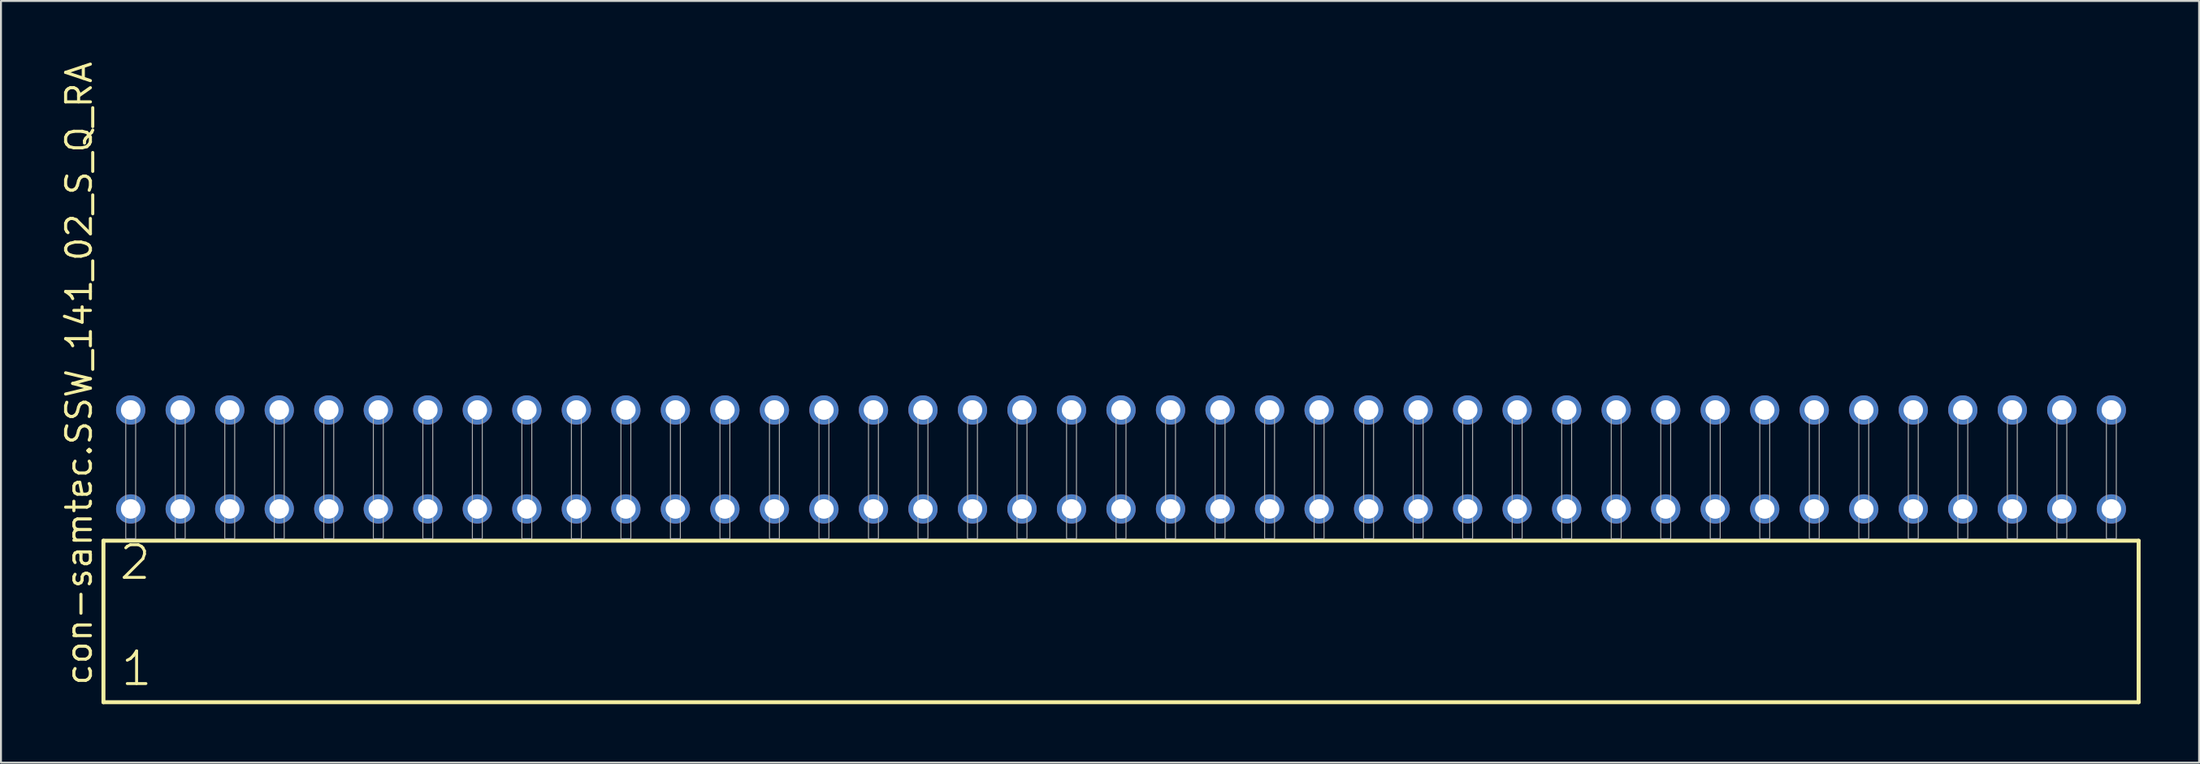
<source format=kicad_pcb>
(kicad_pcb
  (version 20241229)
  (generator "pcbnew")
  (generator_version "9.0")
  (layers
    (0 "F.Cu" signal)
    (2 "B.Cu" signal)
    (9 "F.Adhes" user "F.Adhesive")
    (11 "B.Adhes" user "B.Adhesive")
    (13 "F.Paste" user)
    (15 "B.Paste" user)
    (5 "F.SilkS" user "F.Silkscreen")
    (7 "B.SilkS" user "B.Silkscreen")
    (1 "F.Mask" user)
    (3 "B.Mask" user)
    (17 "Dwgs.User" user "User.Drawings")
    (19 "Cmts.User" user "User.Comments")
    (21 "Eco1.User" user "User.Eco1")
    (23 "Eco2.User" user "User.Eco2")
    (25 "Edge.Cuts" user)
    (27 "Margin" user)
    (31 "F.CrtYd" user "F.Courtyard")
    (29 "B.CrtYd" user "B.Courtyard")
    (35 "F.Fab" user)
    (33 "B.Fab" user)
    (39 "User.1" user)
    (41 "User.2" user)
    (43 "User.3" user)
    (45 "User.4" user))
  (footprint "con-samtec.SSW_141_02_S_Q_RA"
    (layer "F.Cu")
    (at 54.455 24.598)
    (property "Reference" "con-samtec.SSW_141_02_S_Q_RA" (at -52.705 7.62 90) (layer "F.SilkS") (effects (font (size 1.27 1.27) (thickness 0.16)) (justify left bottom)))
    (attr through_hole)
    (fp_line (start -52.199 0.106) (end -52.199 8.396) (stroke (width 0.203) (type default)) (layer "F.SilkS"))
    (fp_line (start -52.199 8.396) (end 52.199 8.396) (stroke (width 0.203) (type default)) (layer "F.SilkS"))
    (fp_line (start 52.199 0.106) (end -52.199 0.106) (stroke (width 0.203) (type default)) (layer "F.SilkS"))
    (fp_line (start 52.199 8.396) (end 52.199 0.106) (stroke (width 0.203) (type default)) (layer "F.SilkS"))
    (fp_rect (start -51.054 0) (end -50.546 -6.858) (stroke (width 0.05) (type default)) (fill no) (layer "F.Fab"))
    (fp_rect (start -48.514 0) (end -48.006 -6.858) (stroke (width 0.05) (type default)) (fill no) (layer "F.Fab"))
    (fp_rect (start -45.974 0) (end -45.466 -6.858) (stroke (width 0.05) (type default)) (fill no) (layer "F.Fab"))
    (fp_rect (start -43.434 0) (end -42.926 -6.858) (stroke (width 0.05) (type default)) (fill no) (layer "F.Fab"))
    (fp_rect (start -40.894 0) (end -40.386 -6.858) (stroke (width 0.05) (type default)) (fill no) (layer "F.Fab"))
    (fp_rect (start -38.354 0) (end -37.846 -6.858) (stroke (width 0.05) (type default)) (fill no) (layer "F.Fab"))
    (fp_rect (start -35.814 0) (end -35.306 -6.858) (stroke (width 0.05) (type default)) (fill no) (layer "F.Fab"))
    (fp_rect (start -33.274 0) (end -32.766 -6.858) (stroke (width 0.05) (type default)) (fill no) (layer "F.Fab"))
    (fp_rect (start -30.734 0) (end -30.226 -6.858) (stroke (width 0.05) (type default)) (fill no) (layer "F.Fab"))
    (fp_rect (start -28.194 0) (end -27.686 -6.858) (stroke (width 0.05) (type default)) (fill no) (layer "F.Fab"))
    (fp_rect (start -25.654 0) (end -25.146 -6.858) (stroke (width 0.05) (type default)) (fill no) (layer "F.Fab"))
    (fp_rect (start -23.114 0) (end -22.606 -6.858) (stroke (width 0.05) (type default)) (fill no) (layer "F.Fab"))
    (fp_rect (start -20.574 0) (end -20.066 -6.858) (stroke (width 0.05) (type default)) (fill no) (layer "F.Fab"))
    (fp_rect (start -18.034 0) (end -17.526 -6.858) (stroke (width 0.05) (type default)) (fill no) (layer "F.Fab"))
    (fp_rect (start -15.494 0) (end -14.986 -6.858) (stroke (width 0.05) (type default)) (fill no) (layer "F.Fab"))
    (fp_rect (start -12.954 0) (end -12.446 -6.858) (stroke (width 0.05) (type default)) (fill no) (layer "F.Fab"))
    (fp_rect (start -10.414 0) (end -9.906 -6.858) (stroke (width 0.05) (type default)) (fill no) (layer "F.Fab"))
    (fp_rect (start -7.874 0) (end -7.366 -6.858) (stroke (width 0.05) (type default)) (fill no) (layer "F.Fab"))
    (fp_rect (start -5.334 0) (end -4.826 -6.858) (stroke (width 0.05) (type default)) (fill no) (layer "F.Fab"))
    (fp_rect (start -2.794 0) (end -2.286 -6.858) (stroke (width 0.05) (type default)) (fill no) (layer "F.Fab"))
    (fp_rect (start -0.254 0) (end 0.254 -6.858) (stroke (width 0.05) (type default)) (fill no) (layer "F.Fab"))
    (fp_rect (start 2.286 0) (end 2.794 -6.858) (stroke (width 0.05) (type default)) (fill no) (layer "F.Fab"))
    (fp_rect (start 4.826 0) (end 5.334 -6.858) (stroke (width 0.05) (type default)) (fill no) (layer "F.Fab"))
    (fp_rect (start 7.366 0) (end 7.874 -6.858) (stroke (width 0.05) (type default)) (fill no) (layer "F.Fab"))
    (fp_rect (start 9.906 0) (end 10.414 -6.858) (stroke (width 0.05) (type default)) (fill no) (layer "F.Fab"))
    (fp_rect (start 12.446 0) (end 12.954 -6.858) (stroke (width 0.05) (type default)) (fill no) (layer "F.Fab"))
    (fp_rect (start 14.986 0) (end 15.494 -6.858) (stroke (width 0.05) (type default)) (fill no) (layer "F.Fab"))
    (fp_rect (start 17.526 0) (end 18.034 -6.858) (stroke (width 0.05) (type default)) (fill no) (layer "F.Fab"))
    (fp_rect (start 20.066 0) (end 20.574 -6.858) (stroke (width 0.05) (type default)) (fill no) (layer "F.Fab"))
    (fp_rect (start 22.606 0) (end 23.114 -6.858) (stroke (width 0.05) (type default)) (fill no) (layer "F.Fab"))
    (fp_rect (start 25.146 0) (end 25.654 -6.858) (stroke (width 0.05) (type default)) (fill no) (layer "F.Fab"))
    (fp_rect (start 27.686 0) (end 28.194 -6.858) (stroke (width 0.05) (type default)) (fill no) (layer "F.Fab"))
    (fp_rect (start 30.226 0) (end 30.734 -6.858) (stroke (width 0.05) (type default)) (fill no) (layer "F.Fab"))
    (fp_rect (start 32.766 0) (end 33.274 -6.858) (stroke (width 0.05) (type default)) (fill no) (layer "F.Fab"))
    (fp_rect (start 35.306 0) (end 35.814 -6.858) (stroke (width 0.05) (type default)) (fill no) (layer "F.Fab"))
    (fp_rect (start 37.846 0) (end 38.354 -6.858) (stroke (width 0.05) (type default)) (fill no) (layer "F.Fab"))
    (fp_rect (start 40.386 0) (end 40.894 -6.858) (stroke (width 0.05) (type default)) (fill no) (layer "F.Fab"))
    (fp_rect (start 42.926 0) (end 43.434 -6.858) (stroke (width 0.05) (type default)) (fill no) (layer "F.Fab"))
    (fp_rect (start 45.466 0) (end 45.974 -6.858) (stroke (width 0.05) (type default)) (fill no) (layer "F.Fab"))
    (fp_rect (start 48.006 0) (end 48.514 -6.858) (stroke (width 0.05) (type default)) (fill no) (layer "F.Fab"))
    (fp_rect (start 50.546 0) (end 51.054 -6.858) (stroke (width 0.05) (type default)) (fill no) (layer "F.Fab"))
    (fp_text user "2" (at -51.47 2.2 0) (layer "F.SilkS") (effects (font (size 1.676 1.676) (thickness 0.15)) (justify left bottom)))
    (fp_text user "1" (at -51.395 7.65 0) (layer "F.SilkS") (effects (font (size 1.676 1.676) (thickness 0.15)) (justify left bottom)))
    (pad "1" thru_hole circle (at -50.8 -1.524) (size 1.5 1.5) (drill 1) (layers "*.Cu" "*.Mask"))
    (pad "2" thru_hole circle (at -50.8 -6.604) (size 1.5 1.5) (drill 1) (layers "*.Cu" "*.Mask"))
    (pad "3" thru_hole circle (at -48.26 -1.524) (size 1.5 1.5) (drill 1) (layers "*.Cu" "*.Mask"))
    (pad "4" thru_hole circle (at -48.26 -6.604) (size 1.5 1.5) (drill 1) (layers "*.Cu" "*.Mask"))
    (pad "5" thru_hole circle (at -45.72 -1.524) (size 1.5 1.5) (drill 1) (layers "*.Cu" "*.Mask"))
    (pad "6" thru_hole circle (at -45.72 -6.604) (size 1.5 1.5) (drill 1) (layers "*.Cu" "*.Mask"))
    (pad "7" thru_hole circle (at -43.18 -1.524) (size 1.5 1.5) (drill 1) (layers "*.Cu" "*.Mask"))
    (pad "8" thru_hole circle (at -43.18 -6.604) (size 1.5 1.5) (drill 1) (layers "*.Cu" "*.Mask"))
    (pad "9" thru_hole circle (at -40.64 -1.524) (size 1.5 1.5) (drill 1) (layers "*.Cu" "*.Mask"))
    (pad "10" thru_hole circle (at -40.64 -6.604) (size 1.5 1.5) (drill 1) (layers "*.Cu" "*.Mask"))
    (pad "11" thru_hole circle (at -38.1 -1.524) (size 1.5 1.5) (drill 1) (layers "*.Cu" "*.Mask"))
    (pad "12" thru_hole circle (at -38.1 -6.604) (size 1.5 1.5) (drill 1) (layers "*.Cu" "*.Mask"))
    (pad "13" thru_hole circle (at -35.56 -1.524) (size 1.5 1.5) (drill 1) (layers "*.Cu" "*.Mask"))
    (pad "14" thru_hole circle (at -35.56 -6.604) (size 1.5 1.5) (drill 1) (layers "*.Cu" "*.Mask"))
    (pad "15" thru_hole circle (at -33.02 -1.524) (size 1.5 1.5) (drill 1) (layers "*.Cu" "*.Mask"))
    (pad "16" thru_hole circle (at -33.02 -6.604) (size 1.5 1.5) (drill 1) (layers "*.Cu" "*.Mask"))
    (pad "17" thru_hole circle (at -30.48 -1.524) (size 1.5 1.5) (drill 1) (layers "*.Cu" "*.Mask"))
    (pad "18" thru_hole circle (at -30.48 -6.604) (size 1.5 1.5) (drill 1) (layers "*.Cu" "*.Mask"))
    (pad "19" thru_hole circle (at -27.94 -1.524) (size 1.5 1.5) (drill 1) (layers "*.Cu" "*.Mask"))
    (pad "20" thru_hole circle (at -27.94 -6.604) (size 1.5 1.5) (drill 1) (layers "*.Cu" "*.Mask"))
    (pad "21" thru_hole circle (at -25.4 -1.524) (size 1.5 1.5) (drill 1) (layers "*.Cu" "*.Mask"))
    (pad "22" thru_hole circle (at -25.4 -6.604) (size 1.5 1.5) (drill 1) (layers "*.Cu" "*.Mask"))
    (pad "23" thru_hole circle (at -22.86 -1.524) (size 1.5 1.5) (drill 1) (layers "*.Cu" "*.Mask"))
    (pad "24" thru_hole circle (at -22.86 -6.604) (size 1.5 1.5) (drill 1) (layers "*.Cu" "*.Mask"))
    (pad "25" thru_hole circle (at -20.32 -1.524) (size 1.5 1.5) (drill 1) (layers "*.Cu" "*.Mask"))
    (pad "26" thru_hole circle (at -20.32 -6.604) (size 1.5 1.5) (drill 1) (layers "*.Cu" "*.Mask"))
    (pad "27" thru_hole circle (at -17.78 -1.524) (size 1.5 1.5) (drill 1) (layers "*.Cu" "*.Mask"))
    (pad "28" thru_hole circle (at -17.78 -6.604) (size 1.5 1.5) (drill 1) (layers "*.Cu" "*.Mask"))
    (pad "29" thru_hole circle (at -15.24 -1.524) (size 1.5 1.5) (drill 1) (layers "*.Cu" "*.Mask"))
    (pad "30" thru_hole circle (at -15.24 -6.604) (size 1.5 1.5) (drill 1) (layers "*.Cu" "*.Mask"))
    (pad "31" thru_hole circle (at -12.7 -1.524) (size 1.5 1.5) (drill 1) (layers "*.Cu" "*.Mask"))
    (pad "32" thru_hole circle (at -12.7 -6.604) (size 1.5 1.5) (drill 1) (layers "*.Cu" "*.Mask"))
    (pad "33" thru_hole circle (at -10.16 -1.524) (size 1.5 1.5) (drill 1) (layers "*.Cu" "*.Mask"))
    (pad "34" thru_hole circle (at -10.16 -6.604) (size 1.5 1.5) (drill 1) (layers "*.Cu" "*.Mask"))
    (pad "35" thru_hole circle (at -7.62 -1.524) (size 1.5 1.5) (drill 1) (layers "*.Cu" "*.Mask"))
    (pad "36" thru_hole circle (at -7.62 -6.604) (size 1.5 1.5) (drill 1) (layers "*.Cu" "*.Mask"))
    (pad "37" thru_hole circle (at -5.08 -1.524) (size 1.5 1.5) (drill 1) (layers "*.Cu" "*.Mask"))
    (pad "38" thru_hole circle (at -5.08 -6.604) (size 1.5 1.5) (drill 1) (layers "*.Cu" "*.Mask"))
    (pad "39" thru_hole circle (at -2.54 -1.524) (size 1.5 1.5) (drill 1) (layers "*.Cu" "*.Mask"))
    (pad "40" thru_hole circle (at -2.54 -6.604) (size 1.5 1.5) (drill 1) (layers "*.Cu" "*.Mask"))
    (pad "41" thru_hole circle (at 0 -1.524) (size 1.5 1.5) (drill 1) (layers "*.Cu" "*.Mask"))
    (pad "42" thru_hole circle (at 0 -6.604) (size 1.5 1.5) (drill 1) (layers "*.Cu" "*.Mask"))
    (pad "43" thru_hole circle (at 2.54 -1.524) (size 1.5 1.5) (drill 1) (layers "*.Cu" "*.Mask"))
    (pad "44" thru_hole circle (at 2.54 -6.604) (size 1.5 1.5) (drill 1) (layers "*.Cu" "*.Mask"))
    (pad "45" thru_hole circle (at 5.08 -1.524) (size 1.5 1.5) (drill 1) (layers "*.Cu" "*.Mask"))
    (pad "46" thru_hole circle (at 5.08 -6.604) (size 1.5 1.5) (drill 1) (layers "*.Cu" "*.Mask"))
    (pad "47" thru_hole circle (at 7.62 -1.524) (size 1.5 1.5) (drill 1) (layers "*.Cu" "*.Mask"))
    (pad "48" thru_hole circle (at 7.62 -6.604) (size 1.5 1.5) (drill 1) (layers "*.Cu" "*.Mask"))
    (pad "49" thru_hole circle (at 10.16 -1.524) (size 1.5 1.5) (drill 1) (layers "*.Cu" "*.Mask"))
    (pad "50" thru_hole circle (at 10.16 -6.604) (size 1.5 1.5) (drill 1) (layers "*.Cu" "*.Mask"))
    (pad "51" thru_hole circle (at 12.7 -1.524) (size 1.5 1.5) (drill 1) (layers "*.Cu" "*.Mask"))
    (pad "52" thru_hole circle (at 12.7 -6.604) (size 1.5 1.5) (drill 1) (layers "*.Cu" "*.Mask"))
    (pad "53" thru_hole circle (at 15.24 -1.524) (size 1.5 1.5) (drill 1) (layers "*.Cu" "*.Mask"))
    (pad "54" thru_hole circle (at 15.24 -6.604) (size 1.5 1.5) (drill 1) (layers "*.Cu" "*.Mask"))
    (pad "55" thru_hole circle (at 17.78 -1.524) (size 1.5 1.5) (drill 1) (layers "*.Cu" "*.Mask"))
    (pad "56" thru_hole circle (at 17.78 -6.604) (size 1.5 1.5) (drill 1) (layers "*.Cu" "*.Mask"))
    (pad "57" thru_hole circle (at 20.32 -1.524) (size 1.5 1.5) (drill 1) (layers "*.Cu" "*.Mask"))
    (pad "58" thru_hole circle (at 20.32 -6.604) (size 1.5 1.5) (drill 1) (layers "*.Cu" "*.Mask"))
    (pad "59" thru_hole circle (at 22.86 -1.524) (size 1.5 1.5) (drill 1) (layers "*.Cu" "*.Mask"))
    (pad "60" thru_hole circle (at 22.86 -6.604) (size 1.5 1.5) (drill 1) (layers "*.Cu" "*.Mask"))
    (pad "61" thru_hole circle (at 25.4 -1.524) (size 1.5 1.5) (drill 1) (layers "*.Cu" "*.Mask"))
    (pad "62" thru_hole circle (at 25.4 -6.604) (size 1.5 1.5) (drill 1) (layers "*.Cu" "*.Mask"))
    (pad "63" thru_hole circle (at 27.94 -1.524) (size 1.5 1.5) (drill 1) (layers "*.Cu" "*.Mask"))
    (pad "64" thru_hole circle (at 27.94 -6.604) (size 1.5 1.5) (drill 1) (layers "*.Cu" "*.Mask"))
    (pad "65" thru_hole circle (at 30.48 -1.524) (size 1.5 1.5) (drill 1) (layers "*.Cu" "*.Mask"))
    (pad "66" thru_hole circle (at 30.48 -6.604) (size 1.5 1.5) (drill 1) (layers "*.Cu" "*.Mask"))
    (pad "67" thru_hole circle (at 33.02 -1.524) (size 1.5 1.5) (drill 1) (layers "*.Cu" "*.Mask"))
    (pad "68" thru_hole circle (at 33.02 -6.604) (size 1.5 1.5) (drill 1) (layers "*.Cu" "*.Mask"))
    (pad "69" thru_hole circle (at 35.56 -1.524) (size 1.5 1.5) (drill 1) (layers "*.Cu" "*.Mask"))
    (pad "70" thru_hole circle (at 35.56 -6.604) (size 1.5 1.5) (drill 1) (layers "*.Cu" "*.Mask"))
    (pad "71" thru_hole circle (at 38.1 -1.524) (size 1.5 1.5) (drill 1) (layers "*.Cu" "*.Mask"))
    (pad "72" thru_hole circle (at 38.1 -6.604) (size 1.5 1.5) (drill 1) (layers "*.Cu" "*.Mask"))
    (pad "73" thru_hole circle (at 40.64 -1.524) (size 1.5 1.5) (drill 1) (layers "*.Cu" "*.Mask"))
    (pad "74" thru_hole circle (at 40.64 -6.604) (size 1.5 1.5) (drill 1) (layers "*.Cu" "*.Mask"))
    (pad "75" thru_hole circle (at 43.18 -1.524) (size 1.5 1.5) (drill 1) (layers "*.Cu" "*.Mask"))
    (pad "76" thru_hole circle (at 43.18 -6.604) (size 1.5 1.5) (drill 1) (layers "*.Cu" "*.Mask"))
    (pad "77" thru_hole circle (at 45.72 -1.524) (size 1.5 1.5) (drill 1) (layers "*.Cu" "*.Mask"))
    (pad "78" thru_hole circle (at 45.72 -6.604) (size 1.5 1.5) (drill 1) (layers "*.Cu" "*.Mask"))
    (pad "79" thru_hole circle (at 48.26 -1.524) (size 1.5 1.5) (drill 1) (layers "*.Cu" "*.Mask"))
    (pad "80" thru_hole circle (at 48.26 -6.604) (size 1.5 1.5) (drill 1) (layers "*.Cu" "*.Mask"))
    (pad "81" thru_hole circle (at 50.8 -1.524) (size 1.5 1.5) (drill 1) (layers "*.Cu" "*.Mask"))
    (pad "82" thru_hole circle (at 50.8 -6.604) (size 1.5 1.5) (drill 1) (layers "*.Cu" "*.Mask")))
  (gr_rect
    (start -3 -3)
    (end 109.756 36.096)
    (stroke (width 0.1) (type default))
    (fill no)
    (layer "Edge.Cuts")))
</source>
